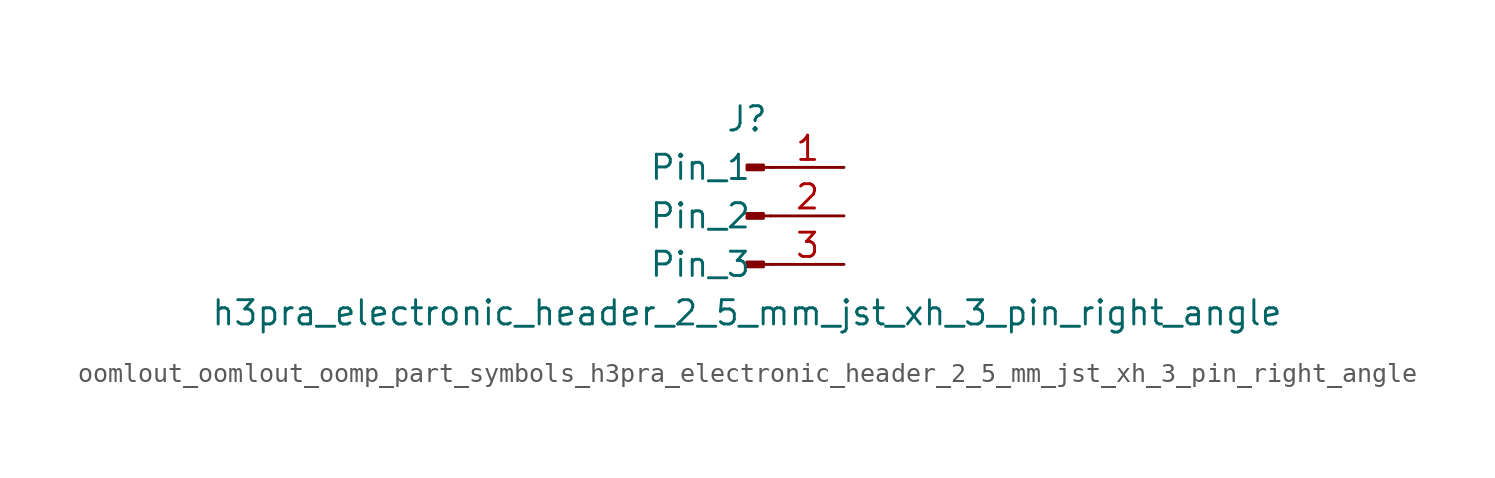
<source format=kicad_sym>
(kicad_symbol_lib
  (version 20220914)
  (generator kicad_symbol_editor)
  (symbol "oomlout_oomlout_oomp_part_symbols_h3pra_electronic_header_2_5_mm_jst_xh_3_pin_right_angle"
    (pin_names
      (offset 1.016))
    (property "Reference" "J"
      (at 0 5.08 0)
      (effects (font (size 1.27 1.27))))
    (property "Value" "h3pra_electronic_header_2_5_mm_jst_xh_3_pin_right_angle"
      (at 0 -5.08 0)
      (effects (font (size 1.27 1.27))))
    (property "ki_locked" ""
      (at 0 0 0)
      (effects (font (size 1.27 1.27))))
    (symbol "oomlout_oomlout_oomp_part_symbols_h3pra_electronic_header_2_5_mm_jst_xh_3_pin_right_angle_1_1"
      (polyline (pts (xy 1.27 -2.54) (xy 0.864 -2.54)) (stroke (width 0.152) (type default)) (fill (type none)))
      (polyline (pts (xy 1.27 0) (xy 0.864 0)) (stroke (width 0.152) (type default)) (fill (type none)))
      (polyline (pts (xy 1.27 2.54) (xy 0.864 2.54)) (stroke (width 0.152) (type default)) (fill (type none)))
      (rectangle (start 0.864 -2.413) (end 0 -2.667) (stroke (width 0.152) (type default)) (fill (type outline)))
      (rectangle (start 0.864 0.127) (end 0 -0.127) (stroke (width 0.152) (type default)) (fill (type outline)))
      (rectangle (start 0.864 2.667) (end 0 2.413) (stroke (width 0.152) (type default)) (fill (type outline)))
      (pin passive line (at 5.08 2.54 180) (length 3.81) (name "Pin_1" (effects (font (size 1.27 1.27)))) (number "1" (effects (font (size 1.27 1.27)))))
      (pin passive line (at 5.08 0 180) (length 3.81) (name "Pin_2" (effects (font (size 1.27 1.27)))) (number "2" (effects (font (size 1.27 1.27)))))
      (pin passive line (at 5.08 -2.54 180) (length 3.81) (name "Pin_3" (effects (font (size 1.27 1.27)))) (number "3" (effects (font (size 1.27 1.27))))))))
</source>
